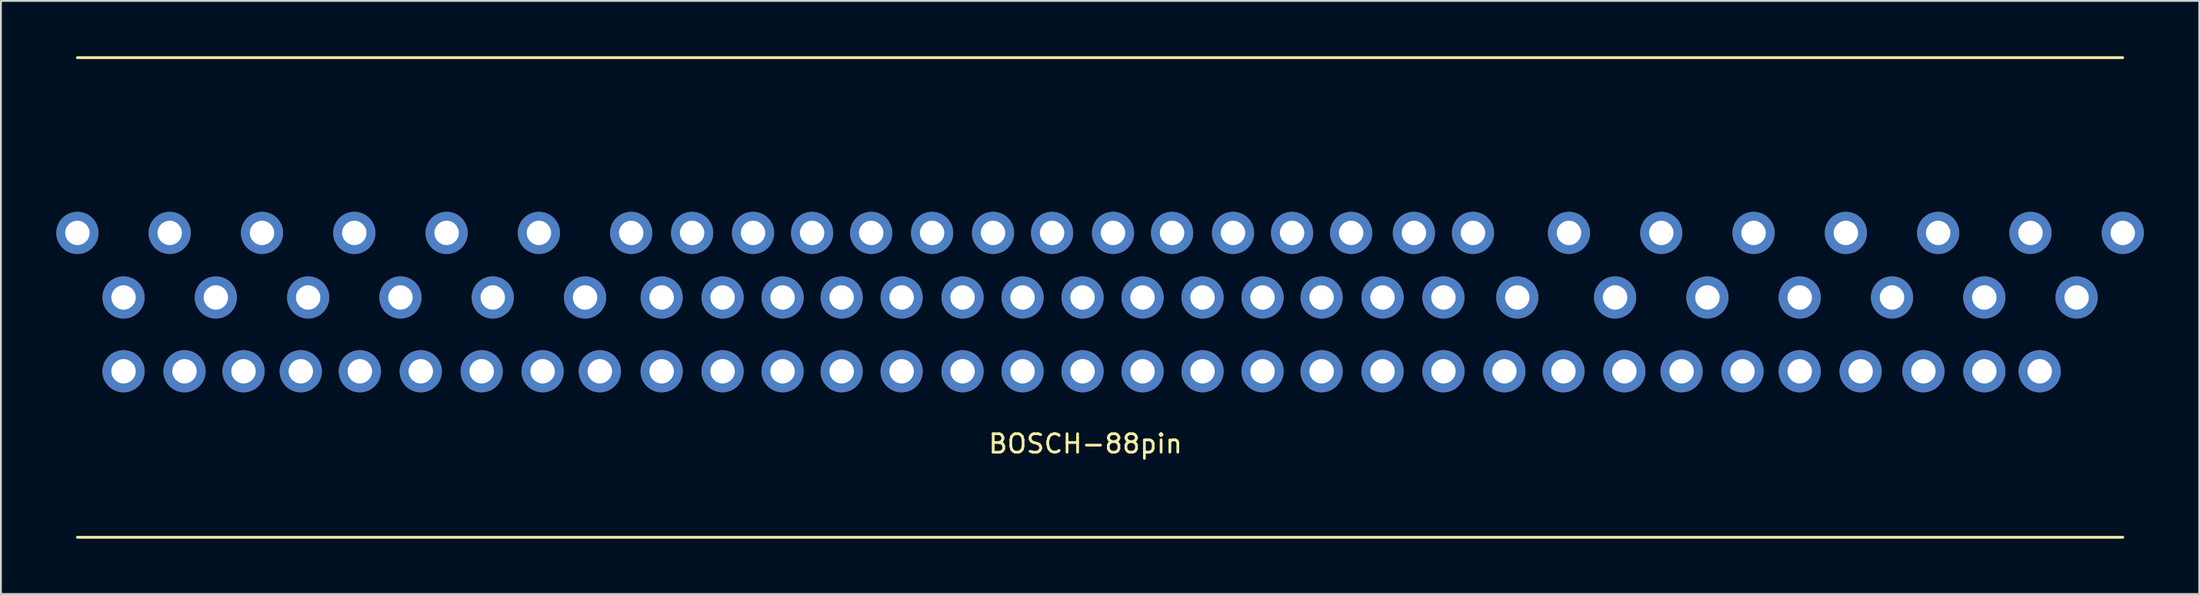
<source format=kicad_pcb>
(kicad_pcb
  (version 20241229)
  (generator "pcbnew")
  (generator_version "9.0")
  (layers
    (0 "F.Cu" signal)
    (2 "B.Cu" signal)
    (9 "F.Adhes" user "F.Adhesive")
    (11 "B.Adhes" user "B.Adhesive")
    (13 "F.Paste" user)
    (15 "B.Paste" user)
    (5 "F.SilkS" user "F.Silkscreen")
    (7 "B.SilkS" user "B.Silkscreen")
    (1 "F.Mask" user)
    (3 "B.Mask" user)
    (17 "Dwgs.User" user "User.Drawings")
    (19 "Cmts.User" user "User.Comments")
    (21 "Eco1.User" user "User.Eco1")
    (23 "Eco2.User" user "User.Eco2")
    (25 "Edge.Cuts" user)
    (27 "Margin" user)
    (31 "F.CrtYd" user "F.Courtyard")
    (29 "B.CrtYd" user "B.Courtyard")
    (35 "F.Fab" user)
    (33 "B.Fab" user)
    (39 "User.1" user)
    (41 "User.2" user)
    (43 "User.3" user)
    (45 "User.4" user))
  (footprint "BOSCH-88pin"
    (layer "F.Cu")
    (at 55.753 9.575)
    (property "Reference" "BOSCH-88pin" (at 0 11.43 0) (layer "F.SilkS") (effects (font (size 1 1) (thickness 0.15))))
    (attr through_hole)
    (fp_line (start -54.61 -9.5) (end 56.19 -9.5) (stroke (width 0.15) (type solid)) (layer "F.SilkS"))
    (fp_line (start -54.61 16.5) (end 56.19 16.5) (stroke (width 0.15) (type solid)) (layer "F.SilkS"))
    (pad "1" thru_hole circle (at -54.61 0) (size 2.286 2.286) (drill 1.321) (layers "*.Cu" "*.Mask"))
    (pad "2" thru_hole circle (at -49.61 0) (size 2.286 2.286) (drill 1.321) (layers "*.Cu" "*.Mask"))
    (pad "3" thru_hole circle (at -44.61 0) (size 2.286 2.286) (drill 1.321) (layers "*.Cu" "*.Mask"))
    (pad "4" thru_hole circle (at -39.61 0) (size 2.286 2.286) (drill 1.321) (layers "*.Cu" "*.Mask"))
    (pad "5" thru_hole circle (at -34.61 0) (size 2.286 2.286) (drill 1.321) (layers "*.Cu" "*.Mask"))
    (pad "6" thru_hole circle (at -29.61 0) (size 2.286 2.286) (drill 1.321) (layers "*.Cu" "*.Mask"))
    (pad "7" thru_hole circle (at -24.61 0) (size 2.286 2.286) (drill 1.321) (layers "*.Cu" "*.Mask"))
    (pad "8" thru_hole circle (at -21.31 0) (size 2.286 2.286) (drill 1.321) (layers "*.Cu" "*.Mask"))
    (pad "9" thru_hole circle (at -18.01 0) (size 2.286 2.286) (drill 1.321) (layers "*.Cu" "*.Mask"))
    (pad "10" thru_hole circle (at -14.81 0) (size 2.286 2.286) (drill 1.321) (layers "*.Cu" "*.Mask"))
    (pad "11" thru_hole circle (at -11.61 0) (size 2.286 2.286) (drill 1.321) (layers "*.Cu" "*.Mask"))
    (pad "12" thru_hole circle (at -8.31 0) (size 2.286 2.286) (drill 1.321) (layers "*.Cu" "*.Mask"))
    (pad "13" thru_hole circle (at -5.01 0) (size 2.286 2.286) (drill 1.321) (layers "*.Cu" "*.Mask"))
    (pad "14" thru_hole circle (at -1.81 0) (size 2.286 2.286) (drill 1.321) (layers "*.Cu" "*.Mask"))
    (pad "15" thru_hole circle (at 1.49 0) (size 2.286 2.286) (drill 1.321) (layers "*.Cu" "*.Mask"))
    (pad "16" thru_hole circle (at 4.69 0) (size 2.286 2.286) (drill 1.321) (layers "*.Cu" "*.Mask"))
    (pad "17" thru_hole circle (at 7.99 0) (size 2.286 2.286) (drill 1.321) (layers "*.Cu" "*.Mask"))
    (pad "18" thru_hole circle (at 11.19 0) (size 2.286 2.286) (drill 1.321) (layers "*.Cu" "*.Mask"))
    (pad "19" thru_hole circle (at 14.39 0) (size 2.286 2.286) (drill 1.321) (layers "*.Cu" "*.Mask"))
    (pad "20" thru_hole circle (at 17.79 0) (size 2.286 2.286) (drill 1.321) (layers "*.Cu" "*.Mask"))
    (pad "21" thru_hole circle (at 20.99 0) (size 2.286 2.286) (drill 1.321) (layers "*.Cu" "*.Mask"))
    (pad "22" thru_hole circle (at 26.19 0) (size 2.286 2.286) (drill 1.321) (layers "*.Cu" "*.Mask"))
    (pad "23" thru_hole circle (at 31.19 0) (size 2.286 2.286) (drill 1.321) (layers "*.Cu" "*.Mask"))
    (pad "24" thru_hole circle (at 36.19 0) (size 2.286 2.286) (drill 1.321) (layers "*.Cu" "*.Mask"))
    (pad "25" thru_hole circle (at 41.19 0) (size 2.286 2.286) (drill 1.321) (layers "*.Cu" "*.Mask"))
    (pad "26" thru_hole circle (at 46.19 0) (size 2.286 2.286) (drill 1.321) (layers "*.Cu" "*.Mask"))
    (pad "27" thru_hole circle (at 51.19 0) (size 2.286 2.286) (drill 1.321) (layers "*.Cu" "*.Mask"))
    (pad "28" thru_hole circle (at 56.19 0) (size 2.286 2.286) (drill 1.321) (layers "*.Cu" "*.Mask"))
    (pad "29" thru_hole circle (at -52.11 3.5) (size 2.286 2.286) (drill 1.321) (layers "*.Cu" "*.Mask"))
    (pad "30" thru_hole circle (at -47.11 3.5) (size 2.286 2.286) (drill 1.321) (layers "*.Cu" "*.Mask"))
    (pad "31" thru_hole circle (at -42.11 3.5) (size 2.286 2.286) (drill 1.321) (layers "*.Cu" "*.Mask"))
    (pad "32" thru_hole circle (at -37.11 3.5) (size 2.286 2.286) (drill 1.321) (layers "*.Cu" "*.Mask"))
    (pad "33" thru_hole circle (at -32.11 3.5) (size 2.286 2.286) (drill 1.321) (layers "*.Cu" "*.Mask"))
    (pad "34" thru_hole circle (at -27.11 3.5) (size 2.286 2.286) (drill 1.321) (layers "*.Cu" "*.Mask"))
    (pad "35" thru_hole circle (at -22.96 3.5) (size 2.286 2.286) (drill 1.321) (layers "*.Cu" "*.Mask"))
    (pad "36" thru_hole circle (at -19.66 3.5) (size 2.286 2.286) (drill 1.321) (layers "*.Cu" "*.Mask"))
    (pad "37" thru_hole circle (at -16.41 3.5) (size 2.286 2.286) (drill 1.321) (layers "*.Cu" "*.Mask"))
    (pad "38" thru_hole circle (at -13.21 3.5) (size 2.286 2.286) (drill 1.321) (layers "*.Cu" "*.Mask"))
    (pad "39" thru_hole circle (at -9.96 3.5) (size 2.286 2.286) (drill 1.321) (layers "*.Cu" "*.Mask"))
    (pad "40" thru_hole circle (at -6.66 3.5) (size 2.286 2.286) (drill 1.321) (layers "*.Cu" "*.Mask"))
    (pad "41" thru_hole circle (at -3.41 3.5) (size 2.286 2.286) (drill 1.321) (layers "*.Cu" "*.Mask"))
    (pad "42" thru_hole circle (at -0.16 3.5) (size 2.286 2.286) (drill 1.321) (layers "*.Cu" "*.Mask"))
    (pad "43" thru_hole circle (at 3.09 3.5) (size 2.286 2.286) (drill 1.321) (layers "*.Cu" "*.Mask"))
    (pad "44" thru_hole circle (at 6.34 3.5) (size 2.286 2.286) (drill 1.321) (layers "*.Cu" "*.Mask"))
    (pad "45" thru_hole circle (at 9.59 3.5) (size 2.286 2.286) (drill 1.321) (layers "*.Cu" "*.Mask"))
    (pad "46" thru_hole circle (at 12.79 3.5) (size 2.286 2.286) (drill 1.321) (layers "*.Cu" "*.Mask"))
    (pad "47" thru_hole circle (at 16.09 3.5) (size 2.286 2.286) (drill 1.321) (layers "*.Cu" "*.Mask"))
    (pad "48" thru_hole circle (at 19.39 3.5) (size 2.286 2.286) (drill 1.321) (layers "*.Cu" "*.Mask"))
    (pad "49" thru_hole circle (at 23.39 3.5) (size 2.286 2.286) (drill 1.321) (layers "*.Cu" "*.Mask"))
    (pad "50" thru_hole circle (at 28.69 3.5) (size 2.286 2.286) (drill 1.321) (layers "*.Cu" "*.Mask"))
    (pad "51" thru_hole circle (at 33.69 3.5) (size 2.286 2.286) (drill 1.321) (layers "*.Cu" "*.Mask"))
    (pad "52" thru_hole circle (at 38.69 3.5) (size 2.286 2.286) (drill 1.321) (layers "*.Cu" "*.Mask"))
    (pad "53" thru_hole circle (at 43.69 3.5) (size 2.286 2.286) (drill 1.321) (layers "*.Cu" "*.Mask"))
    (pad "54" thru_hole circle (at 48.69 3.5) (size 2.286 2.286) (drill 1.321) (layers "*.Cu" "*.Mask"))
    (pad "55" thru_hole circle (at 53.69 3.5) (size 2.286 2.286) (drill 1.321) (layers "*.Cu" "*.Mask"))
    (pad "56" thru_hole circle (at -52.11 7.5) (size 2.286 2.286) (drill 1.321) (layers "*.Cu" "*.Mask"))
    (pad "57" thru_hole circle (at -48.81 7.5) (size 2.286 2.286) (drill 1.321) (layers "*.Cu" "*.Mask"))
    (pad "58" thru_hole circle (at -45.61 7.5) (size 2.286 2.286) (drill 1.321) (layers "*.Cu" "*.Mask"))
    (pad "59" thru_hole circle (at -42.51 7.5) (size 2.286 2.286) (drill 1.321) (layers "*.Cu" "*.Mask"))
    (pad "60" thru_hole circle (at -39.31 7.5) (size 2.286 2.286) (drill 1.321) (layers "*.Cu" "*.Mask"))
    (pad "61" thru_hole circle (at -36.01 7.5) (size 2.286 2.286) (drill 1.321) (layers "*.Cu" "*.Mask"))
    (pad "62" thru_hole circle (at -32.71 7.5) (size 2.286 2.286) (drill 1.321) (layers "*.Cu" "*.Mask"))
    (pad "63" thru_hole circle (at -29.41 7.5) (size 2.286 2.286) (drill 1.321) (layers "*.Cu" "*.Mask"))
    (pad "64" thru_hole circle (at -26.31 7.5) (size 2.286 2.286) (drill 1.321) (layers "*.Cu" "*.Mask"))
    (pad "65" thru_hole circle (at -22.96 7.5) (size 2.286 2.286) (drill 1.321) (layers "*.Cu" "*.Mask"))
    (pad "66" thru_hole circle (at -19.66 7.5) (size 2.286 2.286) (drill 1.321) (layers "*.Cu" "*.Mask"))
    (pad "67" thru_hole circle (at -16.41 7.5) (size 2.286 2.286) (drill 1.321) (layers "*.Cu" "*.Mask"))
    (pad "68" thru_hole circle (at -13.21 7.5) (size 2.286 2.286) (drill 1.321) (layers "*.Cu" "*.Mask"))
    (pad "69" thru_hole circle (at -9.96 7.5) (size 2.286 2.286) (drill 1.321) (layers "*.Cu" "*.Mask"))
    (pad "70" thru_hole circle (at -6.66 7.5) (size 2.286 2.286) (drill 1.321) (layers "*.Cu" "*.Mask"))
    (pad "71" thru_hole circle (at -3.41 7.5) (size 2.286 2.286) (drill 1.321) (layers "*.Cu" "*.Mask"))
    (pad "72" thru_hole circle (at -0.16 7.5) (size 2.286 2.286) (drill 1.321) (layers "*.Cu" "*.Mask"))
    (pad "73" thru_hole circle (at 3.09 7.5) (size 2.286 2.286) (drill 1.321) (layers "*.Cu" "*.Mask"))
    (pad "74" thru_hole circle (at 6.34 7.5) (size 2.286 2.286) (drill 1.321) (layers "*.Cu" "*.Mask"))
    (pad "75" thru_hole circle (at 9.59 7.5) (size 2.286 2.286) (drill 1.321) (layers "*.Cu" "*.Mask"))
    (pad "76" thru_hole circle (at 12.79 7.5) (size 2.286 2.286) (drill 1.321) (layers "*.Cu" "*.Mask"))
    (pad "77" thru_hole circle (at 16.09 7.5) (size 2.286 2.286) (drill 1.321) (layers "*.Cu" "*.Mask"))
    (pad "78" thru_hole circle (at 19.39 7.5) (size 2.286 2.286) (drill 1.321) (layers "*.Cu" "*.Mask"))
    (pad "79" thru_hole circle (at 22.69 7.5) (size 2.286 2.286) (drill 1.321) (layers "*.Cu" "*.Mask"))
    (pad "80" thru_hole circle (at 25.89 7.5) (size 2.286 2.286) (drill 1.321) (layers "*.Cu" "*.Mask"))
    (pad "81" thru_hole circle (at 29.19 7.5) (size 2.286 2.286) (drill 1.321) (layers "*.Cu" "*.Mask"))
    (pad "82" thru_hole circle (at 32.29 7.5) (size 2.286 2.286) (drill 1.321) (layers "*.Cu" "*.Mask"))
    (pad "83" thru_hole circle (at 35.59 7.5) (size 2.286 2.286) (drill 1.321) (layers "*.Cu" "*.Mask"))
    (pad "84" thru_hole circle (at 38.69 7.5) (size 2.286 2.286) (drill 1.321) (layers "*.Cu" "*.Mask"))
    (pad "85" thru_hole circle (at 41.99 7.5) (size 2.286 2.286) (drill 1.321) (layers "*.Cu" "*.Mask"))
    (pad "86" thru_hole circle (at 45.39 7.5) (size 2.286 2.286) (drill 1.321) (layers "*.Cu" "*.Mask"))
    (pad "87" thru_hole circle (at 48.69 7.5) (size 2.286 2.286) (drill 1.321) (layers "*.Cu" "*.Mask"))
    (pad "88" thru_hole circle (at 51.69 7.5) (size 2.286 2.286) (drill 1.321) (layers "*.Cu" "*.Mask")))
  (gr_rect
    (start -3 -3)
    (end 116.086 29.15)
    (stroke (width 0.1) (type default))
    (fill no)
    (layer "Edge.Cuts")))
</source>
